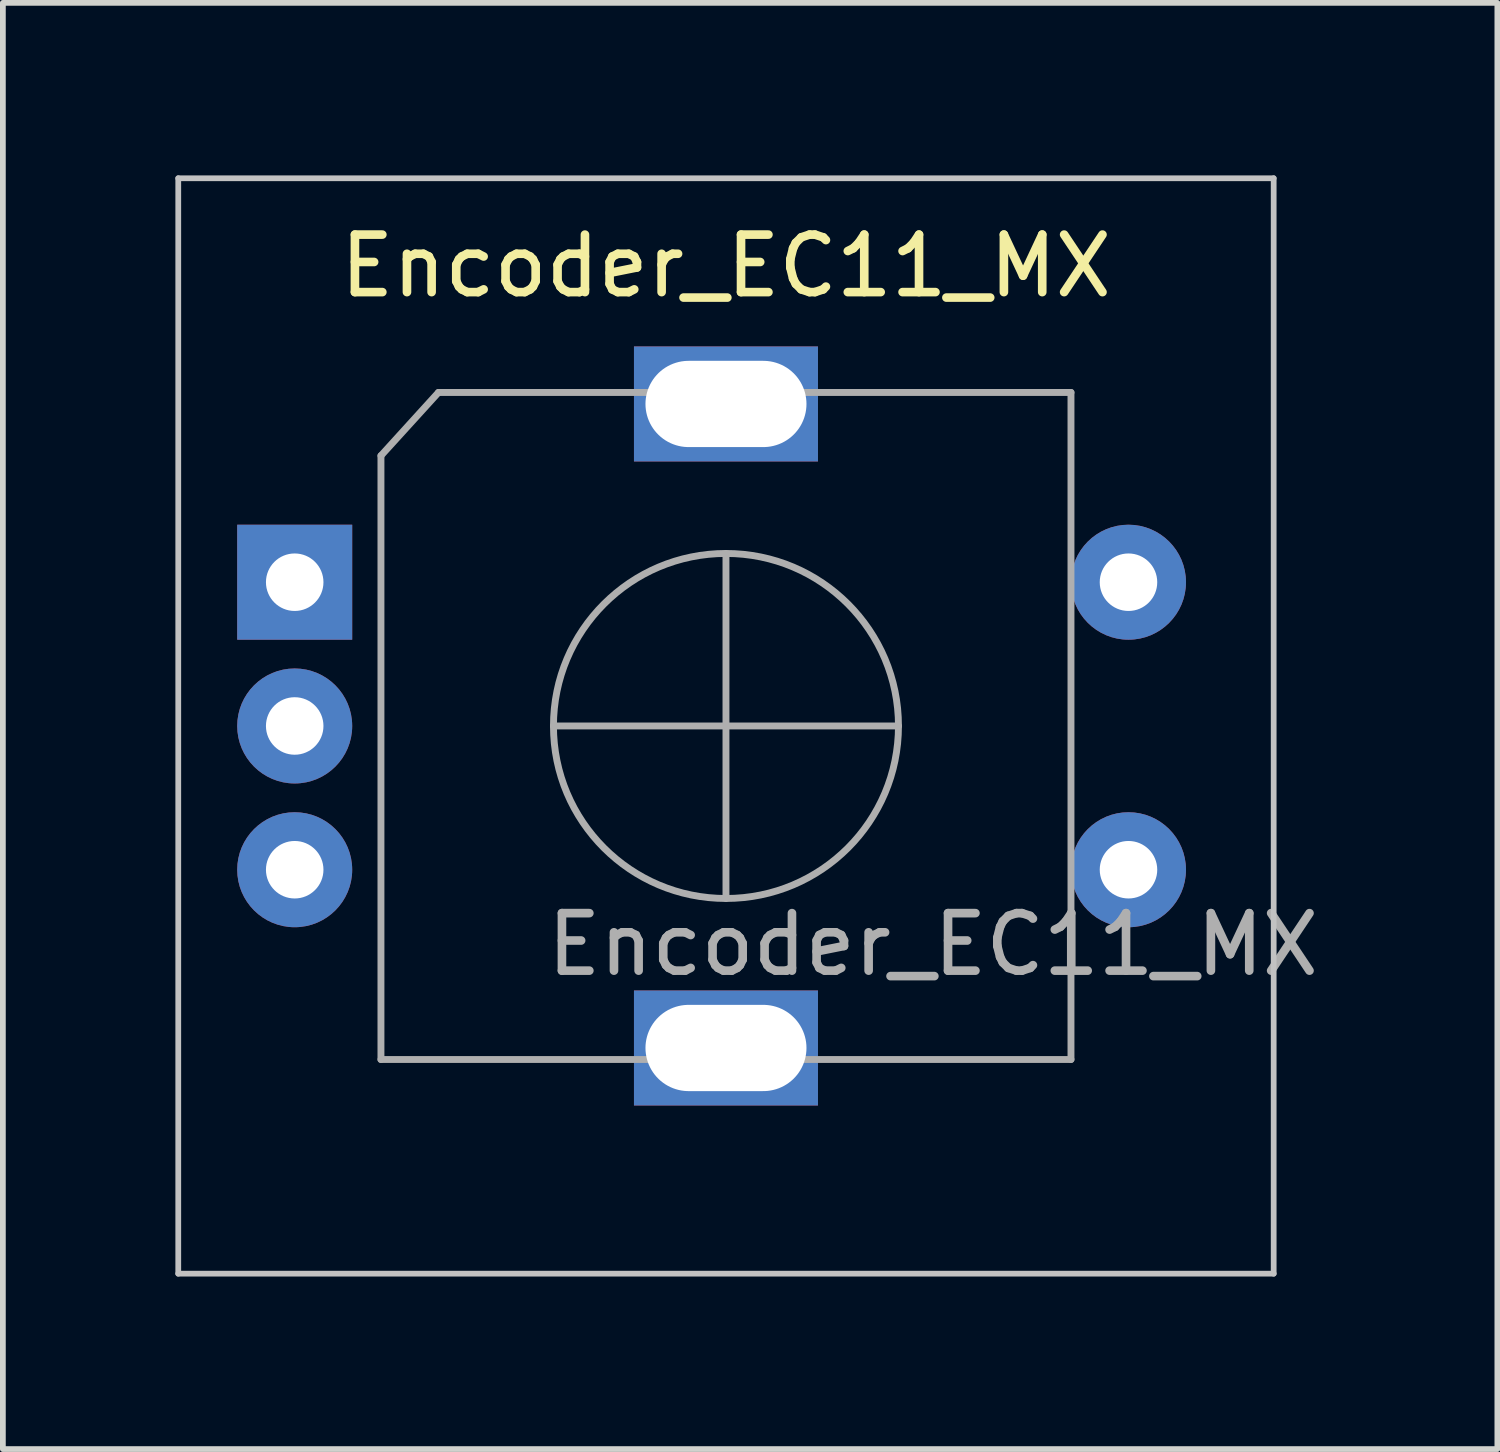
<source format=kicad_pcb>
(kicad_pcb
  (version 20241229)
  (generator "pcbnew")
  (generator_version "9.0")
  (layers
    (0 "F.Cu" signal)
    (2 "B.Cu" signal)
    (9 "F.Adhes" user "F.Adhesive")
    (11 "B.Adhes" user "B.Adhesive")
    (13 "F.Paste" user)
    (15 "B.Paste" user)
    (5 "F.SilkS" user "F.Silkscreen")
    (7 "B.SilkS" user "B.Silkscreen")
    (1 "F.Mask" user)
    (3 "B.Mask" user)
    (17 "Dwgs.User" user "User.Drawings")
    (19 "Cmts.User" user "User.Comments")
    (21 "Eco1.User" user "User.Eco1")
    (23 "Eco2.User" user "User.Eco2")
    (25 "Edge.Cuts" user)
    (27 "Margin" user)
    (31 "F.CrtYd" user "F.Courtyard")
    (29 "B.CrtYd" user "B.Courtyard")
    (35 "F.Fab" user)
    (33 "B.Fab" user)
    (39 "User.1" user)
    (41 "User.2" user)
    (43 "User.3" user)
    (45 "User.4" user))
  (footprint "Encoder_EC11_MX"
    (layer "F.Cu")
    (at 9.575 9.575)
    (property "Reference" "Encoder_EC11_MX" (at 0 -8 0) (layer "F.SilkS") (effects (font (size 1 1) (thickness 0.15))))
    (attr through_hole)
    (fp_line (start -9.525 -9.525) (end -9.525 9.525) (stroke (width 0.1) (type solid)) (layer "Dwgs.User"))
    (fp_line (start -9.525 9.525) (end 9.525 9.525) (stroke (width 0.1) (type solid)) (layer "Dwgs.User"))
    (fp_line (start 9.525 -9.525) (end -9.525 -9.525) (stroke (width 0.1) (type solid)) (layer "Dwgs.User"))
    (fp_line (start 9.525 9.525) (end 9.525 -9.525) (stroke (width 0.1) (type solid)) (layer "Dwgs.User"))
    (fp_line (start -6 -4.7) (end -5 -5.8) (stroke (width 0.12) (type solid)) (layer "F.Fab"))
    (fp_line (start -6 5.8) (end -6 -4.7) (stroke (width 0.12) (type solid)) (layer "F.Fab"))
    (fp_line (start -5 -5.8) (end 6 -5.8) (stroke (width 0.12) (type solid)) (layer "F.Fab"))
    (fp_line (start -3 0) (end 3 0) (stroke (width 0.12) (type solid)) (layer "F.Fab"))
    (fp_line (start 0 -3) (end 0 3) (stroke (width 0.12) (type solid)) (layer "F.Fab"))
    (fp_line (start 6 -5.8) (end 6 5.8) (stroke (width 0.12) (type solid)) (layer "F.Fab"))
    (fp_line (start 6 5.8) (end -6 5.8) (stroke (width 0.12) (type solid)) (layer "F.Fab"))
    (fp_circle (center 0 0) (end 3 0) (stroke (width 0.12) (type solid)) (fill no) (layer "F.Fab"))
    (fp_text user "${REFERENCE}" (at 3.6 3.8 0) (layer "F.Fab") (effects (font (size 1 1) (thickness 0.15))))
    (pad "A" thru_hole rect (at -7.5 -2.5) (size 2 2) (drill 1) (layers "*.Cu" "*.Mask"))
    (pad "B" thru_hole circle (at -7.5 2.5) (size 2 2) (drill 1) (layers "*.Cu" "*.Mask"))
    (pad "C" thru_hole circle (at -7.5 0) (size 2 2) (drill 1) (layers "*.Cu" "*.Mask"))
    (pad "MP" thru_hole rect (at 0 -5.6) (size 3.2 2) (drill oval 2.8 1.5) (layers "*.Cu" "*.Mask"))
    (pad "MP" thru_hole rect (at 0 5.6) (size 3.2 2) (drill oval 2.8 1.5) (layers "*.Cu" "*.Mask"))
    (pad "S1" thru_hole circle (at 7 2.5) (size 2 2) (drill 1) (layers "*.Cu" "*.Mask"))
    (pad "S2" thru_hole circle (at 7 -2.5) (size 2 2) (drill 1) (layers "*.Cu" "*.Mask")))
  (gr_rect
    (start -3 -3)
    (end 22.99 22.15)
    (stroke (width 0.1) (type default))
    (fill no)
    (layer "Edge.Cuts")))
</source>
